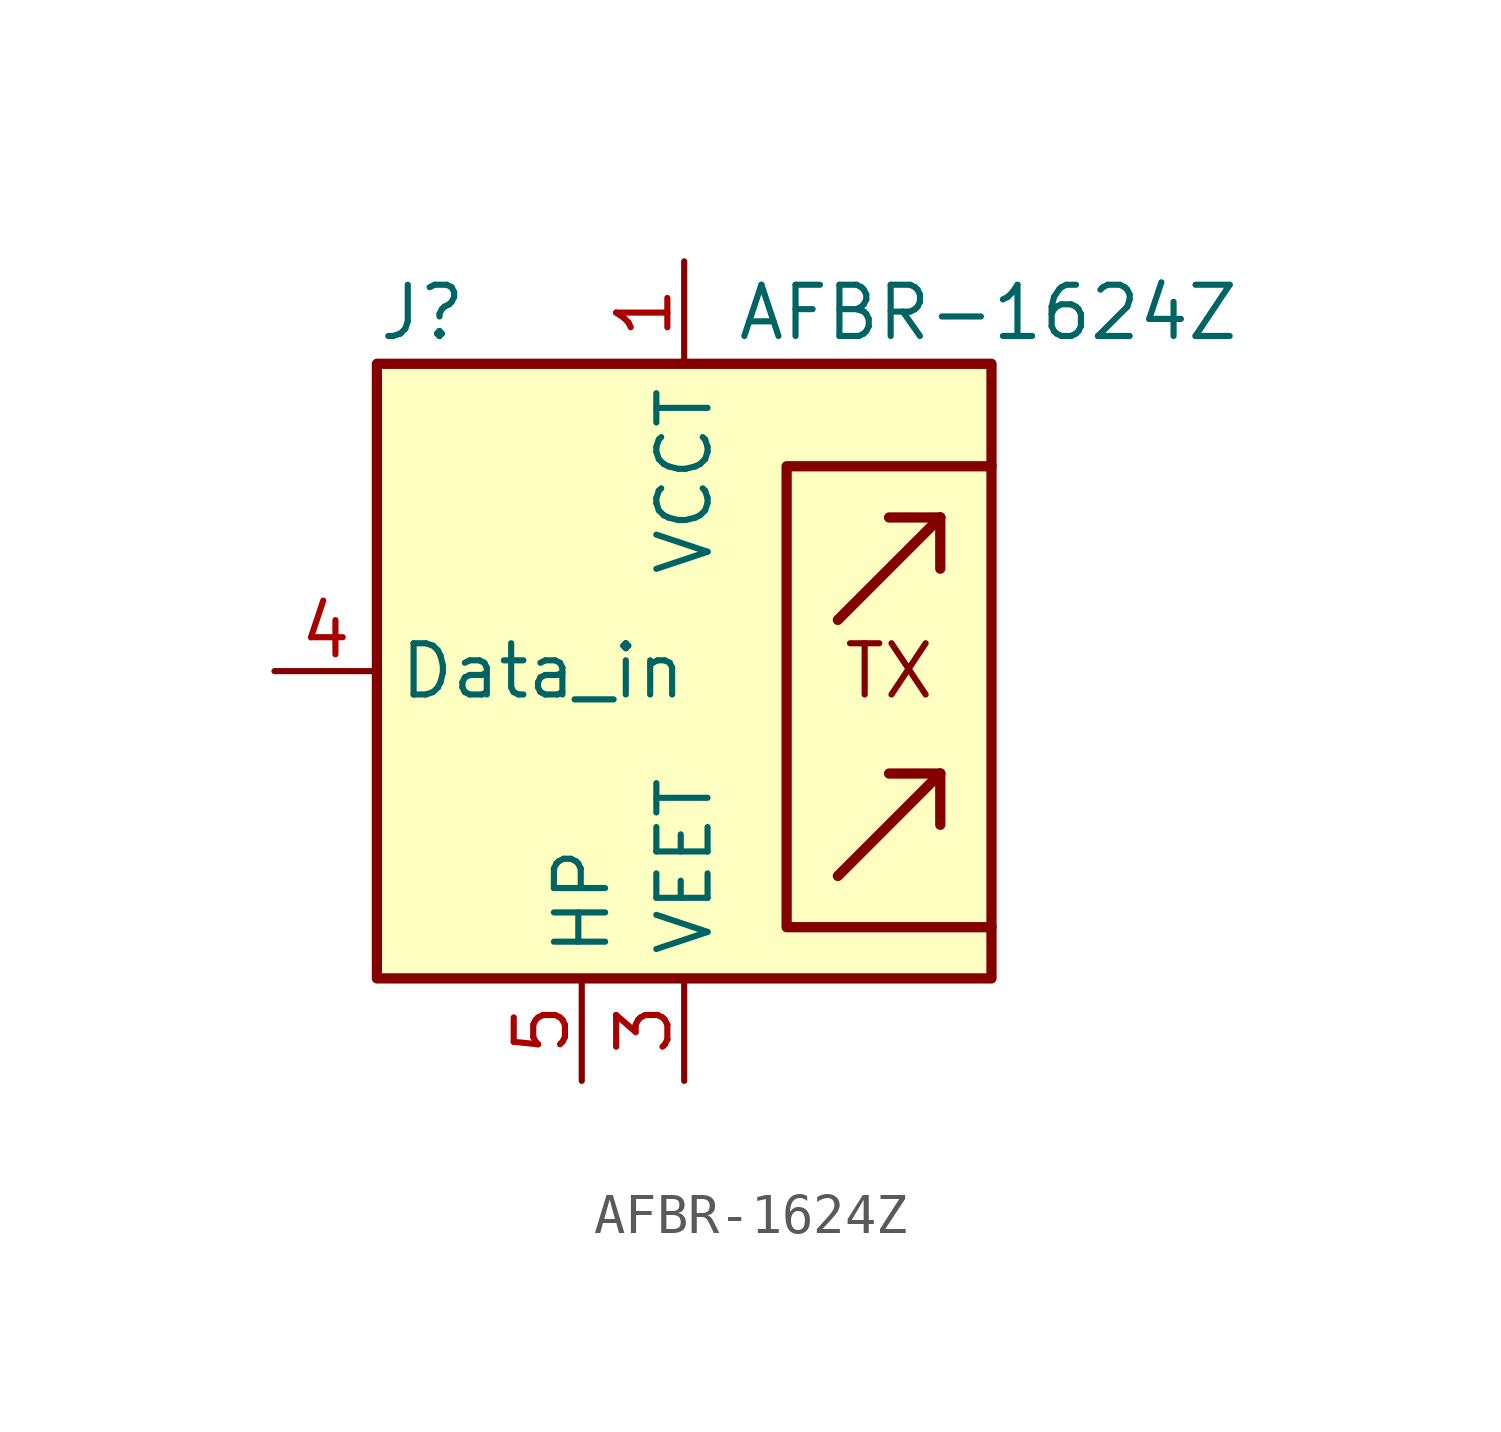
<source format=kicad_sym>
(kicad_symbol_lib
  (version 20201005)
  (generator kicad_symbol_editor)
  (symbol "AFBR-1624Z"
    (property "Reference" "J"
      (at -7.62 8.89 0)
      (effects (font (size 1.27 1.27)) (justify left)))
    (property "Value" "AFBR-1624Z"
      (at 1.27 8.89 0)
      (effects (font (size 1.27 1.27)) (justify left)))
    (symbol "AFBR-1624Z_0_0"
      (text "TX" (at 5.08 0 0) (effects (font (size 1.27 1.27)))))
    (symbol "AFBR-1624Z_0_1"
      (rectangle (start -7.62 7.62) (end 7.62 -7.62) (stroke (width 0.254)) (fill (type background)))
      (polyline (pts (xy 6.35 -2.54) (xy 3.81 -5.08)) (stroke (width 0.254)) (fill (type none)))
      (polyline (pts (xy 6.35 -2.54) (xy 5.08 -2.54)) (stroke (width 0.254)) (fill (type none)))
      (polyline (pts (xy 6.35 -2.54) (xy 6.35 -3.81)) (stroke (width 0.254)) (fill (type none)))
      (polyline (pts (xy 6.35 3.81) (xy 3.81 1.27)) (stroke (width 0.254)) (fill (type none)))
      (polyline (pts (xy 6.35 3.81) (xy 5.08 3.81)) (stroke (width 0.254)) (fill (type none)))
      (polyline (pts (xy 6.35 3.81) (xy 6.35 2.54)) (stroke (width 0.254)) (fill (type none)))
      (polyline (pts (xy 7.62 5.08) (xy 2.54 5.08) (xy 2.54 -1.27) (xy 2.54 -6.35) (xy 7.62 -6.35)) (stroke (width 0.254)) (fill (type none))))
    (symbol "AFBR-1624Z_1_1"
      (pin power_in line (at 0 10.16 270) (length 2.54) (name "VCCT" (effects (font (size 1.27 1.27)))) (number "1" (effects (font (size 1.27 1.27)))))
      (pin no_connect line (at -7.62 5.08 0) (length 2.54) hide (name "NC" (effects (font (size 1.27 1.27)))) (number "2" (effects (font (size 1.27 1.27)))))
      (pin power_in line (at 0 -10.16 90) (length 2.54) (name "VEET" (effects (font (size 1.27 1.27)))) (number "3" (effects (font (size 1.27 1.27)))))
      (pin input line (at -10.16 0 0) (length 2.54) (name "Data_in" (effects (font (size 1.27 1.27)))) (number "4" (effects (font (size 1.27 1.27)))))
      (pin passive line (at -2.54 -10.16 90) (length 2.54) (name "HP" (effects (font (size 1.27 1.27)))) (number "5" (effects (font (size 1.27 1.27)))))
      (pin passive line (at -2.54 -10.16 90) (length 2.54) hide (name "HP" (effects (font (size 1.27 1.27)))) (number "8" (effects (font (size 1.27 1.27))))))))
</source>
